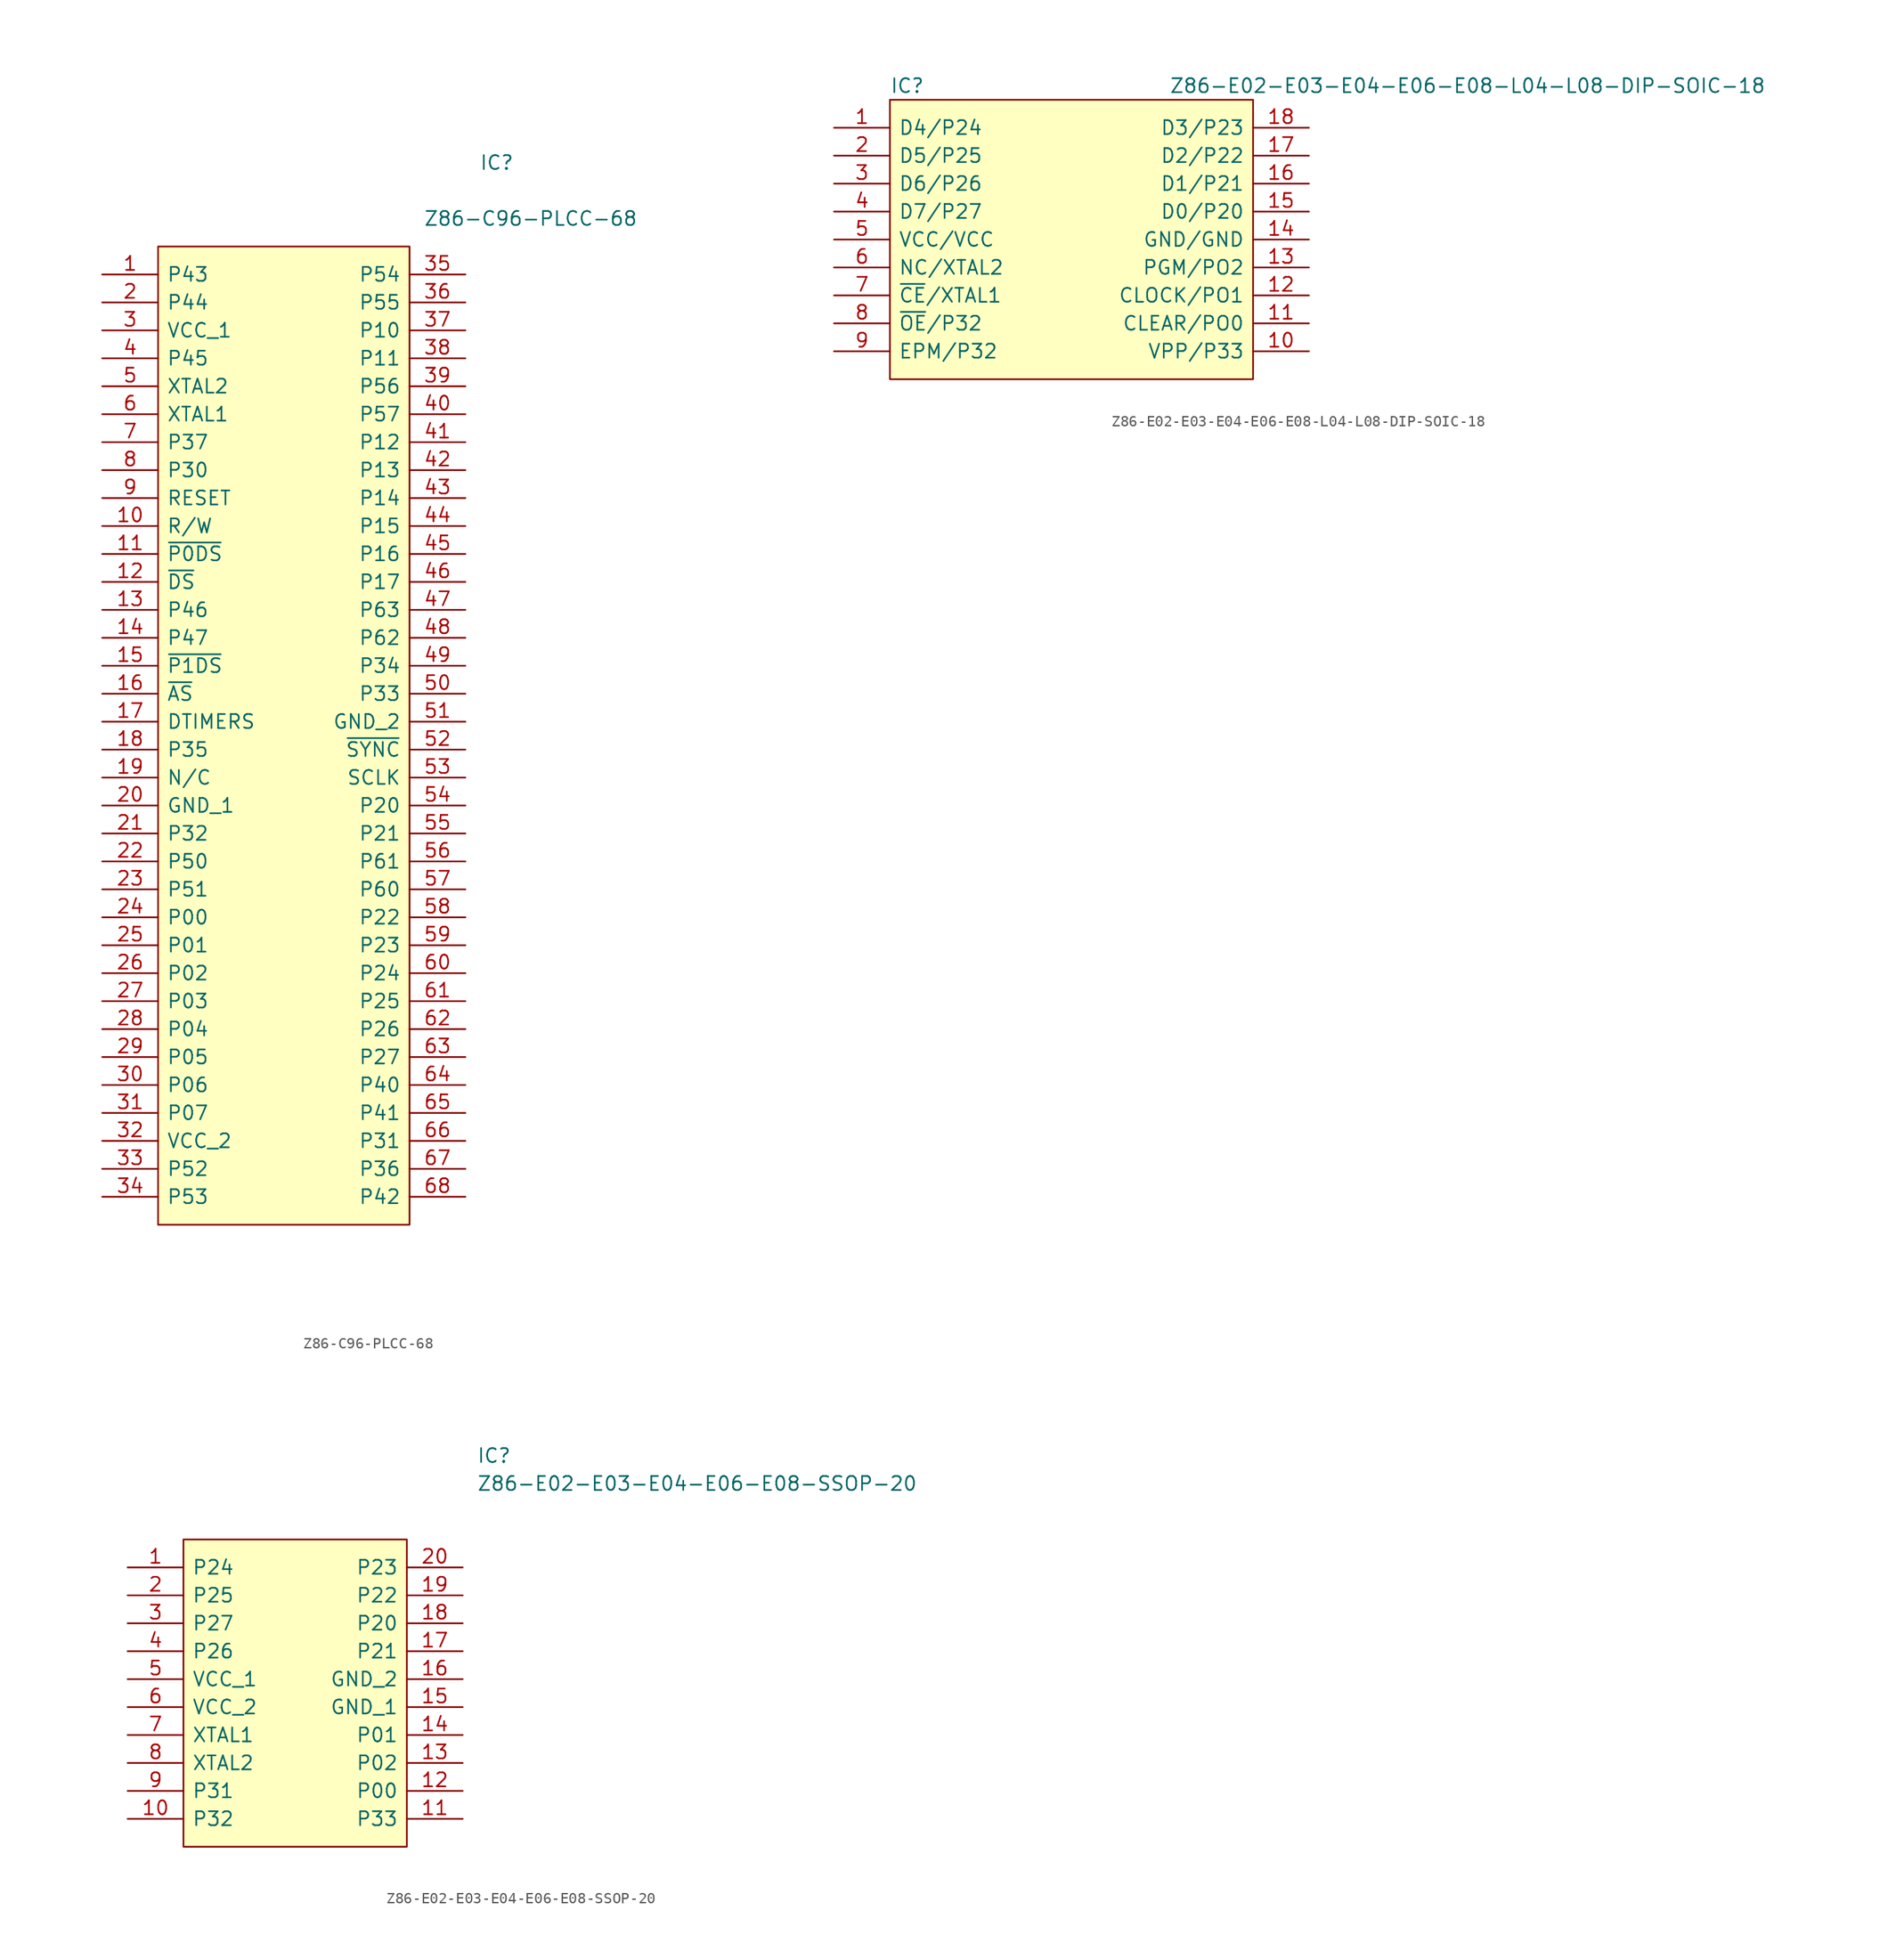
<source format=kicad_sym>
(kicad_symbol_lib
  (version 20211014)
  (generator kicad_symbol_editor)
  (symbol "Z86-C96-PLCC-68"
    (pin_names
      (offset 0.762))
    (property "Reference" "IC"
      (at 29.21 7.62 0)
      (effects (font (size 1.27 1.27)) (justify left)))
    (property "Value" "Z86-C96-PLCC-68"
      (at 24.13 2.54 0)
      (effects (font (size 1.27 1.27)) (justify left)))
    (symbol "Z86-C96-PLCC-68_0_0"
      (pin bidirectional line (at -5.08 -2.54 0) (length 5.08) (name "P43" (effects (font (size 1.27 1.27)))) (number "1" (effects (font (size 1.27 1.27)))))
      (pin bidirectional line (at -5.08 -25.4 0) (length 5.08) (name "R/W" (effects (font (size 1.27 1.27)))) (number "10" (effects (font (size 1.27 1.27)))))
      (pin bidirectional line (at -5.08 -27.94 0) (length 5.08) (name "~{P0DS}" (effects (font (size 1.27 1.27)))) (number "11" (effects (font (size 1.27 1.27)))))
      (pin bidirectional line (at -5.08 -30.48 0) (length 5.08) (name "~{DS}" (effects (font (size 1.27 1.27)))) (number "12" (effects (font (size 1.27 1.27)))))
      (pin bidirectional line (at -5.08 -33.02 0) (length 5.08) (name "P46" (effects (font (size 1.27 1.27)))) (number "13" (effects (font (size 1.27 1.27)))))
      (pin bidirectional line (at -5.08 -35.56 0) (length 5.08) (name "P47" (effects (font (size 1.27 1.27)))) (number "14" (effects (font (size 1.27 1.27)))))
      (pin bidirectional line (at -5.08 -38.1 0) (length 5.08) (name "~{P1DS}" (effects (font (size 1.27 1.27)))) (number "15" (effects (font (size 1.27 1.27)))))
      (pin bidirectional line (at -5.08 -40.64 0) (length 5.08) (name "~{AS}" (effects (font (size 1.27 1.27)))) (number "16" (effects (font (size 1.27 1.27)))))
      (pin bidirectional line (at -5.08 -43.18 0) (length 5.08) (name "DTIMERS" (effects (font (size 1.27 1.27)))) (number "17" (effects (font (size 1.27 1.27)))))
      (pin bidirectional line (at -5.08 -45.72 0) (length 5.08) (name "P35" (effects (font (size 1.27 1.27)))) (number "18" (effects (font (size 1.27 1.27)))))
      (pin bidirectional line (at -5.08 -48.26 0) (length 5.08) (name "N/C" (effects (font (size 1.27 1.27)))) (number "19" (effects (font (size 1.27 1.27)))))
      (pin bidirectional line (at -5.08 -5.08 0) (length 5.08) (name "P44" (effects (font (size 1.27 1.27)))) (number "2" (effects (font (size 1.27 1.27)))))
      (pin bidirectional line (at -5.08 -50.8 0) (length 5.08) (name "GND_1" (effects (font (size 1.27 1.27)))) (number "20" (effects (font (size 1.27 1.27)))))
      (pin bidirectional line (at -5.08 -53.34 0) (length 5.08) (name "P32" (effects (font (size 1.27 1.27)))) (number "21" (effects (font (size 1.27 1.27)))))
      (pin bidirectional line (at -5.08 -55.88 0) (length 5.08) (name "P50" (effects (font (size 1.27 1.27)))) (number "22" (effects (font (size 1.27 1.27)))))
      (pin bidirectional line (at -5.08 -58.42 0) (length 5.08) (name "P51" (effects (font (size 1.27 1.27)))) (number "23" (effects (font (size 1.27 1.27)))))
      (pin bidirectional line (at -5.08 -60.96 0) (length 5.08) (name "P00" (effects (font (size 1.27 1.27)))) (number "24" (effects (font (size 1.27 1.27)))))
      (pin bidirectional line (at -5.08 -63.5 0) (length 5.08) (name "P01" (effects (font (size 1.27 1.27)))) (number "25" (effects (font (size 1.27 1.27)))))
      (pin bidirectional line (at -5.08 -66.04 0) (length 5.08) (name "P02" (effects (font (size 1.27 1.27)))) (number "26" (effects (font (size 1.27 1.27)))))
      (pin bidirectional line (at -5.08 -68.58 0) (length 5.08) (name "P03" (effects (font (size 1.27 1.27)))) (number "27" (effects (font (size 1.27 1.27)))))
      (pin bidirectional line (at -5.08 -71.12 0) (length 5.08) (name "P04" (effects (font (size 1.27 1.27)))) (number "28" (effects (font (size 1.27 1.27)))))
      (pin bidirectional line (at -5.08 -73.66 0) (length 5.08) (name "P05" (effects (font (size 1.27 1.27)))) (number "29" (effects (font (size 1.27 1.27)))))
      (pin bidirectional line (at -5.08 -7.62 0) (length 5.08) (name "VCC_1" (effects (font (size 1.27 1.27)))) (number "3" (effects (font (size 1.27 1.27)))))
      (pin bidirectional line (at -5.08 -76.2 0) (length 5.08) (name "P06" (effects (font (size 1.27 1.27)))) (number "30" (effects (font (size 1.27 1.27)))))
      (pin bidirectional line (at -5.08 -78.74 0) (length 5.08) (name "P07" (effects (font (size 1.27 1.27)))) (number "31" (effects (font (size 1.27 1.27)))))
      (pin bidirectional line (at -5.08 -81.28 0) (length 5.08) (name "VCC_2" (effects (font (size 1.27 1.27)))) (number "32" (effects (font (size 1.27 1.27)))))
      (pin bidirectional line (at -5.08 -83.82 0) (length 5.08) (name "P52" (effects (font (size 1.27 1.27)))) (number "33" (effects (font (size 1.27 1.27)))))
      (pin bidirectional line (at -5.08 -86.36 0) (length 5.08) (name "P53" (effects (font (size 1.27 1.27)))) (number "34" (effects (font (size 1.27 1.27)))))
      (pin bidirectional line (at 27.94 -2.54 180) (length 5.08) (name "P54" (effects (font (size 1.27 1.27)))) (number "35" (effects (font (size 1.27 1.27)))))
      (pin bidirectional line (at 27.94 -5.08 180) (length 5.08) (name "P55" (effects (font (size 1.27 1.27)))) (number "36" (effects (font (size 1.27 1.27)))))
      (pin bidirectional line (at 27.94 -7.62 180) (length 5.08) (name "P10" (effects (font (size 1.27 1.27)))) (number "37" (effects (font (size 1.27 1.27)))))
      (pin bidirectional line (at 27.94 -10.16 180) (length 5.08) (name "P11" (effects (font (size 1.27 1.27)))) (number "38" (effects (font (size 1.27 1.27)))))
      (pin bidirectional line (at 27.94 -12.7 180) (length 5.08) (name "P56" (effects (font (size 1.27 1.27)))) (number "39" (effects (font (size 1.27 1.27)))))
      (pin bidirectional line (at -5.08 -10.16 0) (length 5.08) (name "P45" (effects (font (size 1.27 1.27)))) (number "4" (effects (font (size 1.27 1.27)))))
      (pin bidirectional line (at 27.94 -15.24 180) (length 5.08) (name "P57" (effects (font (size 1.27 1.27)))) (number "40" (effects (font (size 1.27 1.27)))))
      (pin bidirectional line (at 27.94 -17.78 180) (length 5.08) (name "P12" (effects (font (size 1.27 1.27)))) (number "41" (effects (font (size 1.27 1.27)))))
      (pin bidirectional line (at 27.94 -20.32 180) (length 5.08) (name "P13" (effects (font (size 1.27 1.27)))) (number "42" (effects (font (size 1.27 1.27)))))
      (pin bidirectional line (at 27.94 -22.86 180) (length 5.08) (name "P14" (effects (font (size 1.27 1.27)))) (number "43" (effects (font (size 1.27 1.27)))))
      (pin bidirectional line (at 27.94 -25.4 180) (length 5.08) (name "P15" (effects (font (size 1.27 1.27)))) (number "44" (effects (font (size 1.27 1.27)))))
      (pin bidirectional line (at 27.94 -27.94 180) (length 5.08) (name "P16" (effects (font (size 1.27 1.27)))) (number "45" (effects (font (size 1.27 1.27)))))
      (pin bidirectional line (at 27.94 -30.48 180) (length 5.08) (name "P17" (effects (font (size 1.27 1.27)))) (number "46" (effects (font (size 1.27 1.27)))))
      (pin bidirectional line (at 27.94 -33.02 180) (length 5.08) (name "P63" (effects (font (size 1.27 1.27)))) (number "47" (effects (font (size 1.27 1.27)))))
      (pin bidirectional line (at 27.94 -35.56 180) (length 5.08) (name "P62" (effects (font (size 1.27 1.27)))) (number "48" (effects (font (size 1.27 1.27)))))
      (pin bidirectional line (at 27.94 -38.1 180) (length 5.08) (name "P34" (effects (font (size 1.27 1.27)))) (number "49" (effects (font (size 1.27 1.27)))))
      (pin bidirectional line (at -5.08 -12.7 0) (length 5.08) (name "XTAL2" (effects (font (size 1.27 1.27)))) (number "5" (effects (font (size 1.27 1.27)))))
      (pin bidirectional line (at 27.94 -40.64 180) (length 5.08) (name "P33" (effects (font (size 1.27 1.27)))) (number "50" (effects (font (size 1.27 1.27)))))
      (pin bidirectional line (at 27.94 -43.18 180) (length 5.08) (name "GND_2" (effects (font (size 1.27 1.27)))) (number "51" (effects (font (size 1.27 1.27)))))
      (pin bidirectional line (at 27.94 -45.72 180) (length 5.08) (name "~{SYNC}" (effects (font (size 1.27 1.27)))) (number "52" (effects (font (size 1.27 1.27)))))
      (pin bidirectional line (at 27.94 -48.26 180) (length 5.08) (name "SCLK" (effects (font (size 1.27 1.27)))) (number "53" (effects (font (size 1.27 1.27)))))
      (pin bidirectional line (at 27.94 -50.8 180) (length 5.08) (name "P20" (effects (font (size 1.27 1.27)))) (number "54" (effects (font (size 1.27 1.27)))))
      (pin bidirectional line (at 27.94 -53.34 180) (length 5.08) (name "P21" (effects (font (size 1.27 1.27)))) (number "55" (effects (font (size 1.27 1.27)))))
      (pin bidirectional line (at 27.94 -55.88 180) (length 5.08) (name "P61" (effects (font (size 1.27 1.27)))) (number "56" (effects (font (size 1.27 1.27)))))
      (pin bidirectional line (at 27.94 -58.42 180) (length 5.08) (name "P60" (effects (font (size 1.27 1.27)))) (number "57" (effects (font (size 1.27 1.27)))))
      (pin bidirectional line (at 27.94 -60.96 180) (length 5.08) (name "P22" (effects (font (size 1.27 1.27)))) (number "58" (effects (font (size 1.27 1.27)))))
      (pin bidirectional line (at 27.94 -63.5 180) (length 5.08) (name "P23" (effects (font (size 1.27 1.27)))) (number "59" (effects (font (size 1.27 1.27)))))
      (pin bidirectional line (at -5.08 -15.24 0) (length 5.08) (name "XTAL1" (effects (font (size 1.27 1.27)))) (number "6" (effects (font (size 1.27 1.27)))))
      (pin bidirectional line (at 27.94 -66.04 180) (length 5.08) (name "P24" (effects (font (size 1.27 1.27)))) (number "60" (effects (font (size 1.27 1.27)))))
      (pin bidirectional line (at 27.94 -68.58 180) (length 5.08) (name "P25" (effects (font (size 1.27 1.27)))) (number "61" (effects (font (size 1.27 1.27)))))
      (pin bidirectional line (at 27.94 -71.12 180) (length 5.08) (name "P26" (effects (font (size 1.27 1.27)))) (number "62" (effects (font (size 1.27 1.27)))))
      (pin bidirectional line (at 27.94 -73.66 180) (length 5.08) (name "P27" (effects (font (size 1.27 1.27)))) (number "63" (effects (font (size 1.27 1.27)))))
      (pin bidirectional line (at 27.94 -76.2 180) (length 5.08) (name "P40" (effects (font (size 1.27 1.27)))) (number "64" (effects (font (size 1.27 1.27)))))
      (pin bidirectional line (at 27.94 -78.74 180) (length 5.08) (name "P41" (effects (font (size 1.27 1.27)))) (number "65" (effects (font (size 1.27 1.27)))))
      (pin bidirectional line (at 27.94 -81.28 180) (length 5.08) (name "P31" (effects (font (size 1.27 1.27)))) (number "66" (effects (font (size 1.27 1.27)))))
      (pin bidirectional line (at 27.94 -83.82 180) (length 5.08) (name "P36" (effects (font (size 1.27 1.27)))) (number "67" (effects (font (size 1.27 1.27)))))
      (pin bidirectional line (at 27.94 -86.36 180) (length 5.08) (name "P42" (effects (font (size 1.27 1.27)))) (number "68" (effects (font (size 1.27 1.27)))))
      (pin bidirectional line (at -5.08 -17.78 0) (length 5.08) (name "P37" (effects (font (size 1.27 1.27)))) (number "7" (effects (font (size 1.27 1.27)))))
      (pin bidirectional line (at -5.08 -20.32 0) (length 5.08) (name "P30" (effects (font (size 1.27 1.27)))) (number "8" (effects (font (size 1.27 1.27)))))
      (pin bidirectional line (at -5.08 -22.86 0) (length 5.08) (name "RESET" (effects (font (size 1.27 1.27)))) (number "9" (effects (font (size 1.27 1.27))))))
    (symbol "Z86-C96-PLCC-68_0_1"
      (polyline (pts (xy 0 0) (xy 22.86 0) (xy 22.86 -88.9) (xy 0 -88.9) (xy 0 0)) (stroke (width 0.152) (type solid)) (fill (type background)))))
  (symbol "Z86-E02-E03-E04-E06-E08-L04-L08-DIP-SOIC-18"
    (pin_names
      (offset 0.762))
    (property "Reference" "IC"
      (at 0 1.27 0)
      (effects (font (size 1.27 1.27)) (justify left)))
    (property "Value" "Z86-E02-E03-E04-E06-E08-L04-L08-DIP-SOIC-18"
      (at 25.4 1.27 0)
      (effects (font (size 1.27 1.27)) (justify left)))
    (symbol "Z86-E02-E03-E04-E06-E08-L04-L08-DIP-SOIC-18_0_0"
      (pin bidirectional line (at -5.08 -2.54 0) (length 5.08) (name "D4/P24" (effects (font (size 1.27 1.27)))) (number "1" (effects (font (size 1.27 1.27)))))
      (pin bidirectional line (at 38.1 -22.86 180) (length 5.08) (name "VPP/P33" (effects (font (size 1.27 1.27)))) (number "10" (effects (font (size 1.27 1.27)))))
      (pin bidirectional line (at 38.1 -20.32 180) (length 5.08) (name "CLEAR/PO0" (effects (font (size 1.27 1.27)))) (number "11" (effects (font (size 1.27 1.27)))))
      (pin bidirectional line (at 38.1 -17.78 180) (length 5.08) (name "CLOCK/PO1" (effects (font (size 1.27 1.27)))) (number "12" (effects (font (size 1.27 1.27)))))
      (pin bidirectional line (at 38.1 -15.24 180) (length 5.08) (name "PGM/PO2" (effects (font (size 1.27 1.27)))) (number "13" (effects (font (size 1.27 1.27)))))
      (pin bidirectional line (at 38.1 -12.7 180) (length 5.08) (name "GND/GND" (effects (font (size 1.27 1.27)))) (number "14" (effects (font (size 1.27 1.27)))))
      (pin bidirectional line (at 38.1 -10.16 180) (length 5.08) (name "D0/P20" (effects (font (size 1.27 1.27)))) (number "15" (effects (font (size 1.27 1.27)))))
      (pin bidirectional line (at 38.1 -7.62 180) (length 5.08) (name "D1/P21" (effects (font (size 1.27 1.27)))) (number "16" (effects (font (size 1.27 1.27)))))
      (pin bidirectional line (at 38.1 -5.08 180) (length 5.08) (name "D2/P22" (effects (font (size 1.27 1.27)))) (number "17" (effects (font (size 1.27 1.27)))))
      (pin bidirectional line (at 38.1 -2.54 180) (length 5.08) (name "D3/P23" (effects (font (size 1.27 1.27)))) (number "18" (effects (font (size 1.27 1.27)))))
      (pin bidirectional line (at -5.08 -5.08 0) (length 5.08) (name "D5/P25" (effects (font (size 1.27 1.27)))) (number "2" (effects (font (size 1.27 1.27)))))
      (pin bidirectional line (at -5.08 -7.62 0) (length 5.08) (name "D6/P26" (effects (font (size 1.27 1.27)))) (number "3" (effects (font (size 1.27 1.27)))))
      (pin bidirectional line (at -5.08 -10.16 0) (length 5.08) (name "D7/P27" (effects (font (size 1.27 1.27)))) (number "4" (effects (font (size 1.27 1.27)))))
      (pin bidirectional line (at -5.08 -12.7 0) (length 5.08) (name "VCC/VCC" (effects (font (size 1.27 1.27)))) (number "5" (effects (font (size 1.27 1.27)))))
      (pin bidirectional line (at -5.08 -15.24 0) (length 5.08) (name "NC/XTAL2" (effects (font (size 1.27 1.27)))) (number "6" (effects (font (size 1.27 1.27)))))
      (pin bidirectional line (at -5.08 -17.78 0) (length 5.08) (name "~{CE}/XTAL1" (effects (font (size 1.27 1.27)))) (number "7" (effects (font (size 1.27 1.27)))))
      (pin bidirectional line (at -5.08 -20.32 0) (length 5.08) (name "~{OE}/P32" (effects (font (size 1.27 1.27)))) (number "8" (effects (font (size 1.27 1.27)))))
      (pin bidirectional line (at -5.08 -22.86 0) (length 5.08) (name "EPM/P32" (effects (font (size 1.27 1.27)))) (number "9" (effects (font (size 1.27 1.27))))))
    (symbol "Z86-E02-E03-E04-E06-E08-L04-L08-DIP-SOIC-18_0_1"
      (polyline (pts (xy 0 0) (xy 33.02 0) (xy 33.02 -25.4) (xy 0 -25.4) (xy 0 0)) (stroke (width 0.152) (type solid)) (fill (type background)))))
  (symbol "Z86-E02-E03-E04-E06-E08-SSOP-20"
    (pin_names
      (offset 0.762))
    (property "Reference" "IC"
      (at 26.67 7.62 0)
      (effects (font (size 1.27 1.27)) (justify left)))
    (property "Value" "Z86-E02-E03-E04-E06-E08-SSOP-20"
      (at 26.67 5.08 0)
      (effects (font (size 1.27 1.27)) (justify left)))
    (symbol "Z86-E02-E03-E04-E06-E08-SSOP-20_0_0"
      (pin bidirectional line (at -5.08 -2.54 0) (length 5.08) (name "P24" (effects (font (size 1.27 1.27)))) (number "1" (effects (font (size 1.27 1.27)))))
      (pin bidirectional line (at -5.08 -25.4 0) (length 5.08) (name "P32" (effects (font (size 1.27 1.27)))) (number "10" (effects (font (size 1.27 1.27)))))
      (pin bidirectional line (at 25.4 -25.4 180) (length 5.08) (name "P33" (effects (font (size 1.27 1.27)))) (number "11" (effects (font (size 1.27 1.27)))))
      (pin bidirectional line (at 25.4 -22.86 180) (length 5.08) (name "P00" (effects (font (size 1.27 1.27)))) (number "12" (effects (font (size 1.27 1.27)))))
      (pin bidirectional line (at 25.4 -20.32 180) (length 5.08) (name "P02" (effects (font (size 1.27 1.27)))) (number "13" (effects (font (size 1.27 1.27)))))
      (pin bidirectional line (at 25.4 -17.78 180) (length 5.08) (name "P01" (effects (font (size 1.27 1.27)))) (number "14" (effects (font (size 1.27 1.27)))))
      (pin bidirectional line (at 25.4 -15.24 180) (length 5.08) (name "GND_1" (effects (font (size 1.27 1.27)))) (number "15" (effects (font (size 1.27 1.27)))))
      (pin bidirectional line (at 25.4 -12.7 180) (length 5.08) (name "GND_2" (effects (font (size 1.27 1.27)))) (number "16" (effects (font (size 1.27 1.27)))))
      (pin bidirectional line (at 25.4 -10.16 180) (length 5.08) (name "P21" (effects (font (size 1.27 1.27)))) (number "17" (effects (font (size 1.27 1.27)))))
      (pin bidirectional line (at 25.4 -7.62 180) (length 5.08) (name "P20" (effects (font (size 1.27 1.27)))) (number "18" (effects (font (size 1.27 1.27)))))
      (pin bidirectional line (at 25.4 -5.08 180) (length 5.08) (name "P22" (effects (font (size 1.27 1.27)))) (number "19" (effects (font (size 1.27 1.27)))))
      (pin bidirectional line (at -5.08 -5.08 0) (length 5.08) (name "P25" (effects (font (size 1.27 1.27)))) (number "2" (effects (font (size 1.27 1.27)))))
      (pin bidirectional line (at 25.4 -2.54 180) (length 5.08) (name "P23" (effects (font (size 1.27 1.27)))) (number "20" (effects (font (size 1.27 1.27)))))
      (pin bidirectional line (at -5.08 -7.62 0) (length 5.08) (name "P27" (effects (font (size 1.27 1.27)))) (number "3" (effects (font (size 1.27 1.27)))))
      (pin bidirectional line (at -5.08 -10.16 0) (length 5.08) (name "P26" (effects (font (size 1.27 1.27)))) (number "4" (effects (font (size 1.27 1.27)))))
      (pin bidirectional line (at -5.08 -12.7 0) (length 5.08) (name "VCC_1" (effects (font (size 1.27 1.27)))) (number "5" (effects (font (size 1.27 1.27)))))
      (pin bidirectional line (at -5.08 -15.24 0) (length 5.08) (name "VCC_2" (effects (font (size 1.27 1.27)))) (number "6" (effects (font (size 1.27 1.27)))))
      (pin bidirectional line (at -5.08 -17.78 0) (length 5.08) (name "XTAL1" (effects (font (size 1.27 1.27)))) (number "7" (effects (font (size 1.27 1.27)))))
      (pin bidirectional line (at -5.08 -20.32 0) (length 5.08) (name "XTAL2" (effects (font (size 1.27 1.27)))) (number "8" (effects (font (size 1.27 1.27)))))
      (pin bidirectional line (at -5.08 -22.86 0) (length 5.08) (name "P31" (effects (font (size 1.27 1.27)))) (number "9" (effects (font (size 1.27 1.27))))))
    (symbol "Z86-E02-E03-E04-E06-E08-SSOP-20_0_1"
      (polyline (pts (xy 0 0) (xy 20.32 0) (xy 20.32 -27.94) (xy 0 -27.94) (xy 0 0)) (stroke (width 0.152) (type solid)) (fill (type background))))))
</source>
